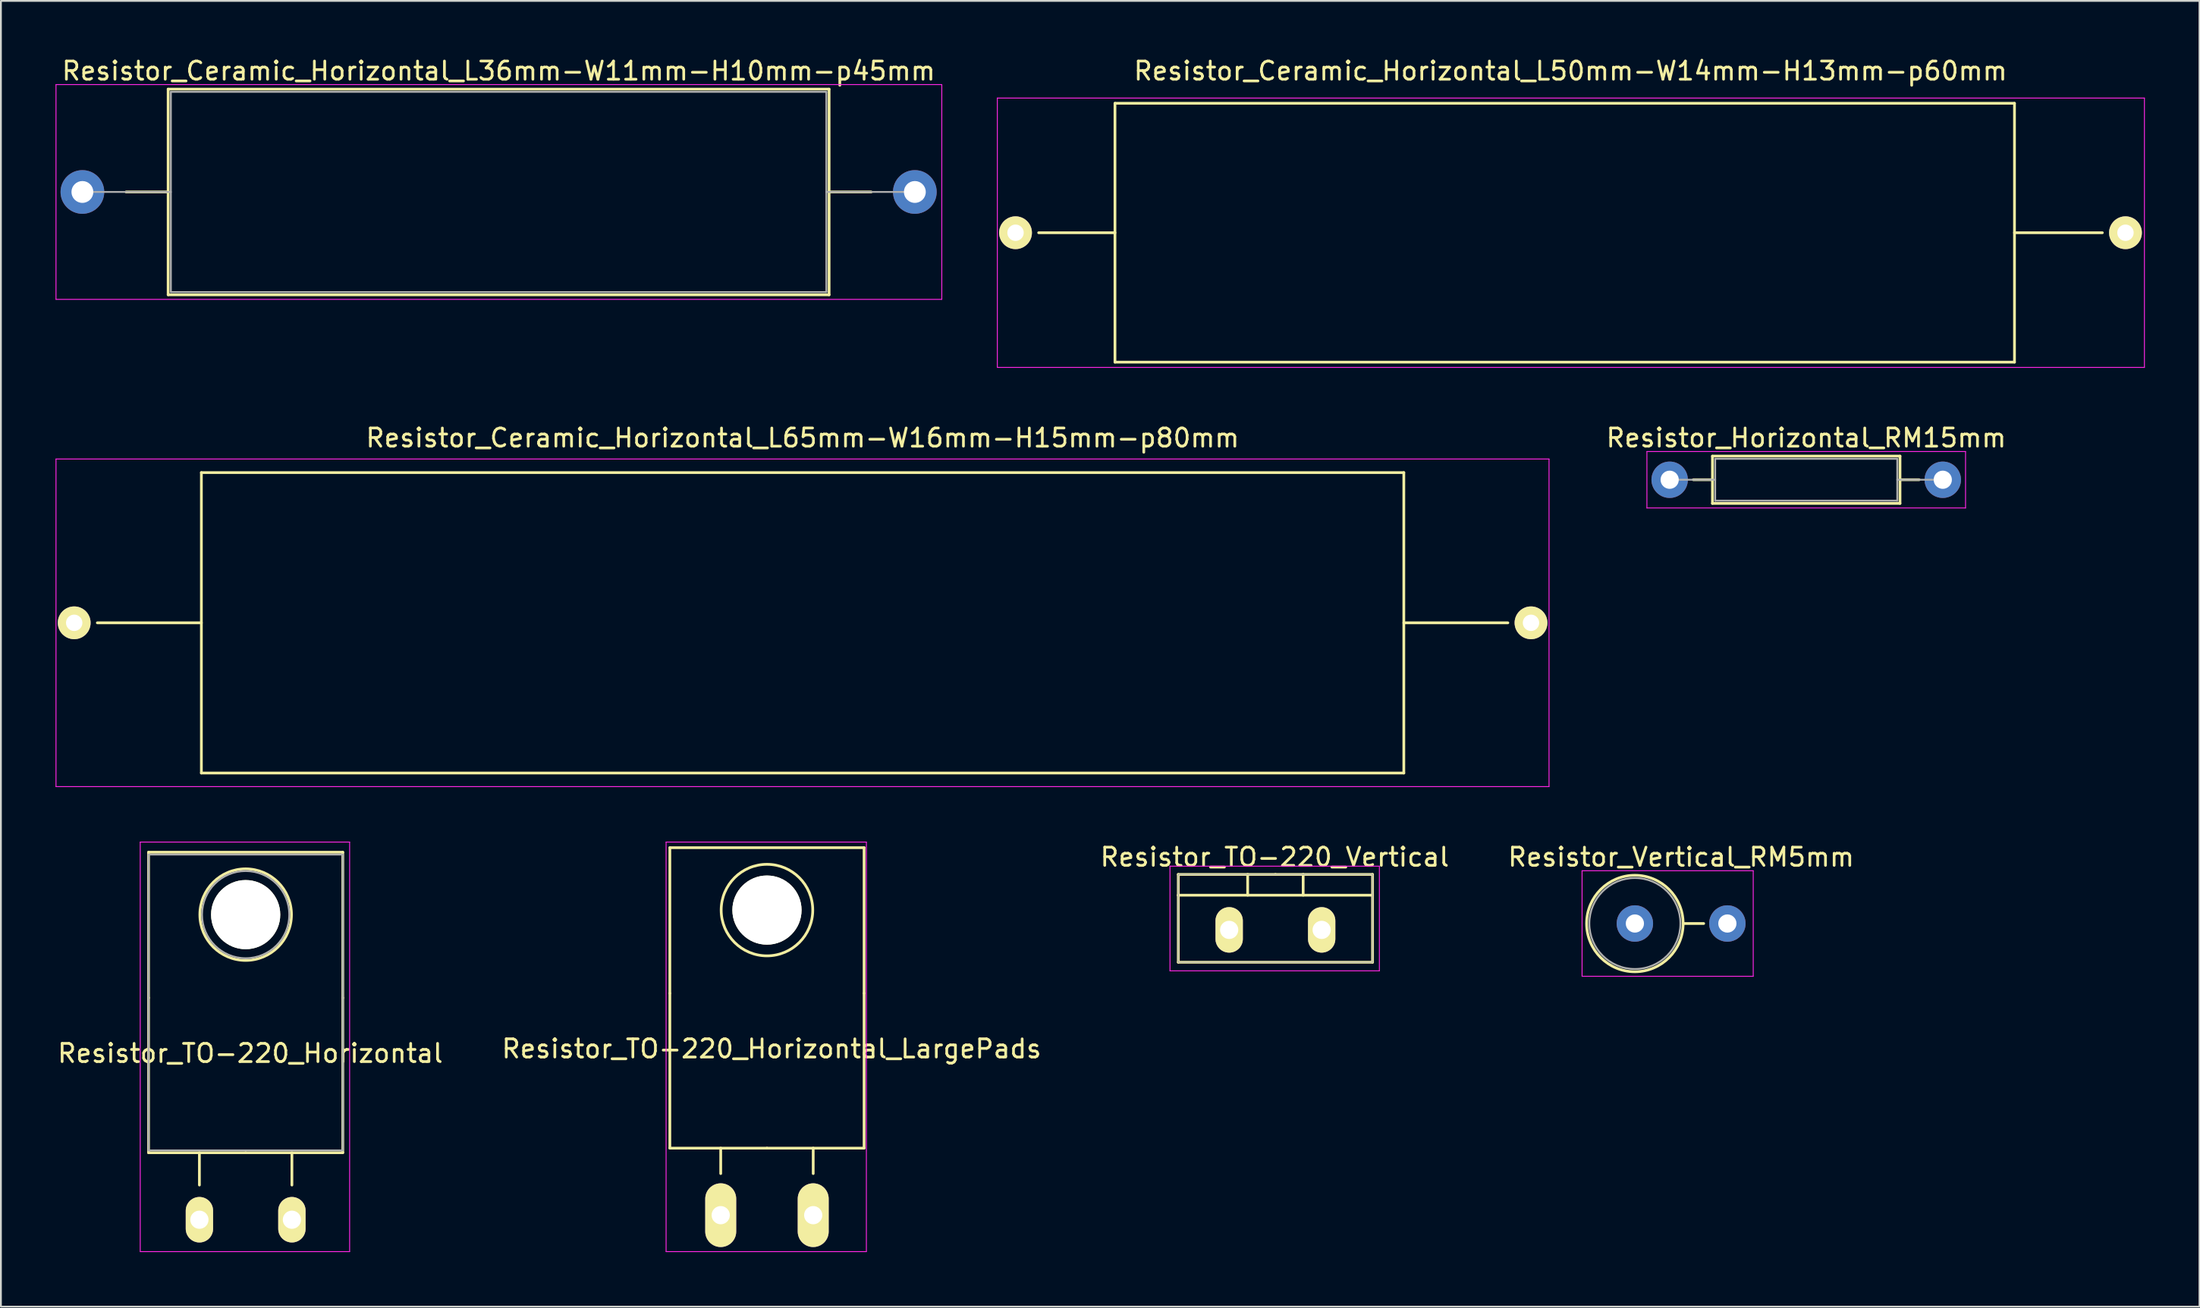
<source format=kicad_pcb>
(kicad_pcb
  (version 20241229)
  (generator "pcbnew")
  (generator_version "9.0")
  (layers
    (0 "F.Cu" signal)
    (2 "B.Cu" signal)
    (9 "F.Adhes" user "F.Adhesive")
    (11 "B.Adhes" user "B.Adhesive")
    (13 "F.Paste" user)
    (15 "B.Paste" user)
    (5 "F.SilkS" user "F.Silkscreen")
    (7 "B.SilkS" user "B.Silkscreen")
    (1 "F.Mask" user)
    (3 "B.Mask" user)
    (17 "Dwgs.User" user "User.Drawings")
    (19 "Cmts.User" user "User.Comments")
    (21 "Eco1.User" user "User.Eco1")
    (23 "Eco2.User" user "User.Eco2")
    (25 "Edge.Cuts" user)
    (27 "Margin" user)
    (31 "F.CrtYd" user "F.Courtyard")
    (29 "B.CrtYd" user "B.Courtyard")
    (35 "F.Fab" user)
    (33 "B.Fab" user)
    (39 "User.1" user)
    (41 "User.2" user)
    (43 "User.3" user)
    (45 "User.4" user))
  (footprint "Resistor_Ceramic_Horizontal_L65mm-W16mm-H15mm-p80mm"
    (layer "F.Cu")
    (at 1.025 31.172)
    (property "Reference" "Resistor_Ceramic_Horizontal_L65mm-W16mm-H15mm-p80mm" (at 40.005 -10.16 0) (layer "F.SilkS") (effects (font (size 1 1) (thickness 0.15))))
    (attr through_hole)
    (fp_line (start 6.985 -8.255) (end 6.985 8.255) (stroke (width 0.15) (type solid)) (layer "F.SilkS"))
    (fp_line (start 6.985 0) (end 1.27 0) (stroke (width 0.15) (type solid)) (layer "F.SilkS"))
    (fp_line (start 6.985 8.255) (end 73.025 8.255) (stroke (width 0.15) (type solid)) (layer "F.SilkS"))
    (fp_line (start 73.025 -8.255) (end 6.985 -8.255) (stroke (width 0.15) (type solid)) (layer "F.SilkS"))
    (fp_line (start 73.025 0) (end 78.74 0) (stroke (width 0.15) (type solid)) (layer "F.SilkS"))
    (fp_line (start 73.025 8.255) (end 73.025 -8.255) (stroke (width 0.15) (type solid)) (layer "F.SilkS"))
    (fp_line (start -1 -9) (end 81 -9) (stroke (width 0.05) (type solid)) (layer "F.CrtYd"))
    (fp_line (start -1 9) (end -1 -9) (stroke (width 0.05) (type solid)) (layer "F.CrtYd"))
    (fp_line (start 81 -9) (end 81 9) (stroke (width 0.05) (type solid)) (layer "F.CrtYd"))
    (fp_line (start 81 9) (end -1 9) (stroke (width 0.05) (type solid)) (layer "F.CrtYd"))
    (pad "1" thru_hole circle (at 0 0 180) (size 1.8 1.8) (drill 0.9) (layers "*.Cu" "*.Mask" "F.SilkS"))
    (pad "2" thru_hole circle (at 80.01 0 180) (size 1.8 1.8) (drill 0.9) (layers "*.Cu" "*.Mask" "F.SilkS")))
  (footprint "Resistor_TO-220_Horizontal"
    (layer "F.Cu")
    (at 7.902 63.971)
    (property "Reference" "Resistor_TO-220_Horizontal" (at 2.794 -9.144 0) (layer "F.SilkS") (effects (font (size 1 1) (thickness 0.15))))
    (attr through_hole)
    (fp_line (start -2.794 -20.193) (end -2.794 -12.192) (stroke (width 0.15) (type solid)) (layer "F.SilkS"))
    (fp_line (start -2.794 -12.192) (end -2.794 -3.683) (stroke (width 0.15) (type solid)) (layer "F.SilkS"))
    (fp_line (start 0 -3.683) (end 0 -1.905) (stroke (width 0.15) (type solid)) (layer "F.SilkS"))
    (fp_line (start 2.54 -3.683) (end -2.794 -3.683) (stroke (width 0.15) (type solid)) (layer "F.SilkS"))
    (fp_line (start 2.54 -3.683) (end 7.874 -3.683) (stroke (width 0.15) (type solid)) (layer "F.SilkS"))
    (fp_line (start 5.08 -3.683) (end 5.08 -1.905) (stroke (width 0.15) (type solid)) (layer "F.SilkS"))
    (fp_line (start 7.874 -20.193) (end -2.794 -20.193) (stroke (width 0.15) (type solid)) (layer "F.SilkS"))
    (fp_line (start 7.874 -12.192) (end 7.874 -20.193) (stroke (width 0.15) (type solid)) (layer "F.SilkS"))
    (fp_line (start 7.874 -3.683) (end 7.874 -12.192) (stroke (width 0.15) (type solid)) (layer "F.SilkS"))
    (fp_circle (center 2.54 -16.764) (end 4.318 -14.986) (stroke (width 0.15) (type solid)) (fill no) (layer "F.SilkS"))
    (fp_line (start -3.25 -20.75) (end 8.25 -20.75) (stroke (width 0.05) (type solid)) (layer "F.CrtYd"))
    (fp_line (start -3.25 1.75) (end -3.25 -20.75) (stroke (width 0.05) (type solid)) (layer "F.CrtYd"))
    (fp_line (start 8.25 -20.75) (end 8.25 1.75) (stroke (width 0.05) (type solid)) (layer "F.CrtYd"))
    (fp_line (start 8.25 1.75) (end -3.25 1.75) (stroke (width 0.05) (type solid)) (layer "F.CrtYd"))
    (fp_line (start -2.794 -20.066) (end 7.874 -20.066) (stroke (width 0.1) (type solid)) (layer "F.Fab"))
    (fp_line (start -2.794 -3.81) (end -2.794 -20.066) (stroke (width 0.1) (type solid)) (layer "F.Fab"))
    (fp_line (start 7.874 -20.066) (end 7.874 -3.81) (stroke (width 0.1) (type solid)) (layer "F.Fab"))
    (fp_line (start 7.874 -3.81) (end -2.794 -3.81) (stroke (width 0.1) (type solid)) (layer "F.Fab"))
    (fp_circle (center 2.54 -16.764) (end 4.572 -15.494) (stroke (width 0.1) (type solid)) (fill no) (layer "F.Fab"))
    (pad "" np_thru_hole circle (at 2.54 -16.764 90) (size 3.8 3.8) (drill 3.8) (layers "*.Cu" "*.Mask" "F.SilkS"))
    (pad "1" thru_hole oval (at 0 0 90) (size 2.499 1.501) (drill 1.001) (layers "*.Cu" "*.Mask" "F.SilkS"))
    (pad "2" thru_hole oval (at 5.08 0 90) (size 2.499 1.501) (drill 1.001) (layers "*.Cu" "*.Mask" "F.SilkS")))
  (footprint "Resistor_TO-220_Horizontal_LargePads"
    (layer "F.Cu")
    (at 36.533 63.721)
    (property "Reference" "Resistor_TO-220_Horizontal_LargePads" (at 2.794 -9.144 0) (layer "F.SilkS") (effects (font (size 1 1) (thickness 0.15))))
    (attr through_hole)
    (fp_line (start -2.794 -20.193) (end -2.794 -12.192) (stroke (width 0.15) (type solid)) (layer "F.SilkS"))
    (fp_line (start -2.794 -12.192) (end -2.794 -3.683) (stroke (width 0.15) (type solid)) (layer "F.SilkS"))
    (fp_line (start 0 -3.683) (end 0 -2.286) (stroke (width 0.15) (type solid)) (layer "F.SilkS"))
    (fp_line (start 2.54 -3.683) (end -2.794 -3.683) (stroke (width 0.15) (type solid)) (layer "F.SilkS"))
    (fp_line (start 2.54 -3.683) (end 7.874 -3.683) (stroke (width 0.15) (type solid)) (layer "F.SilkS"))
    (fp_line (start 5.08 -3.683) (end 5.08 -2.286) (stroke (width 0.15) (type solid)) (layer "F.SilkS"))
    (fp_line (start 7.874 -20.193) (end -2.794 -20.193) (stroke (width 0.15) (type solid)) (layer "F.SilkS"))
    (fp_line (start 7.874 -12.192) (end 7.874 -20.193) (stroke (width 0.15) (type solid)) (layer "F.SilkS"))
    (fp_line (start 7.874 -3.683) (end 7.874 -12.192) (stroke (width 0.15) (type solid)) (layer "F.SilkS"))
    (fp_circle (center 2.54 -16.764) (end 4.318 -14.986) (stroke (width 0.15) (type solid)) (fill no) (layer "F.SilkS"))
    (fp_line (start -3 -20.5) (end 8 -20.5) (stroke (width 0.05) (type solid)) (layer "F.CrtYd"))
    (fp_line (start -3 2) (end -3 -20.5) (stroke (width 0.05) (type solid)) (layer "F.CrtYd"))
    (fp_line (start 8 -20.5) (end 8 2) (stroke (width 0.05) (type solid)) (layer "F.CrtYd"))
    (fp_line (start 8 2) (end -3 2) (stroke (width 0.05) (type solid)) (layer "F.CrtYd"))
    (pad "" np_thru_hole circle (at 2.54 -16.764 90) (size 3.8 3.8) (drill 3.8) (layers "*.Cu" "*.Mask" "F.SilkS"))
    (pad "1" thru_hole oval (at 0 0 90) (size 3.5 1.699) (drill 1.001) (layers "*.Cu" "*.Mask" "F.SilkS"))
    (pad "2" thru_hole oval (at 5.08 0 90) (size 3.5 1.699) (drill 1.001) (layers "*.Cu" "*.Mask" "F.SilkS")))
  (footprint "Resistor_Ceramic_Horizontal_L50mm-W14mm-H13mm-p60mm"
    (layer "F.Cu")
    (at 52.725 9.738)
    (property "Reference" "Resistor_Ceramic_Horizontal_L50mm-W14mm-H13mm-p60mm" (at 30.48 -8.89 0) (layer "F.SilkS") (effects (font (size 1 1) (thickness 0.15))))
    (attr through_hole)
    (fp_line (start 5.461 -7.112) (end 5.461 7.112) (stroke (width 0.15) (type solid)) (layer "F.SilkS"))
    (fp_line (start 5.461 0) (end 1.27 0) (stroke (width 0.15) (type solid)) (layer "F.SilkS"))
    (fp_line (start 5.461 7.112) (end 54.864 7.112) (stroke (width 0.15) (type solid)) (layer "F.SilkS"))
    (fp_line (start 54.864 -7.112) (end 5.461 -7.112) (stroke (width 0.15) (type solid)) (layer "F.SilkS"))
    (fp_line (start 54.864 0) (end 59.69 0) (stroke (width 0.15) (type solid)) (layer "F.SilkS"))
    (fp_line (start 54.864 7.112) (end 54.864 -7.112) (stroke (width 0.15) (type solid)) (layer "F.SilkS"))
    (fp_line (start -1 -7.4) (end -1 7.4) (stroke (width 0.05) (type solid)) (layer "F.CrtYd"))
    (fp_line (start -1 7.4) (end 62 7.4) (stroke (width 0.05) (type solid)) (layer "F.CrtYd"))
    (fp_line (start 62 -7.4) (end -1 -7.4) (stroke (width 0.05) (type solid)) (layer "F.CrtYd"))
    (fp_line (start 62 7.4) (end 62 -7.4) (stroke (width 0.05) (type solid)) (layer "F.CrtYd"))
    (pad "1" thru_hole circle (at 0 0 180) (size 1.8 1.8) (drill 0.9) (layers "*.Cu" "*.Mask" "F.SilkS"))
    (pad "2" thru_hole circle (at 60.96 0 180) (size 1.8 1.8) (drill 0.9) (layers "*.Cu" "*.Mask" "F.SilkS")))
  (footprint "Resistor_Horizontal_RM15mm"
    (layer "F.Cu")
    (at 88.651 23.311)
    (property "Reference" "Resistor_Horizontal_RM15mm" (at 7.5 -2.3 0) (layer "F.SilkS") (effects (font (size 1 1) (thickness 0.15))))
    (attr through_hole)
    (fp_line (start 1.3 0) (end 2.35 0) (stroke (width 0.15) (type solid)) (layer "F.SilkS"))
    (fp_line (start 2.35 -1.3) (end 2.35 1.3) (stroke (width 0.15) (type solid)) (layer "F.SilkS"))
    (fp_line (start 2.35 1.3) (end 12.65 1.3) (stroke (width 0.15) (type solid)) (layer "F.SilkS"))
    (fp_line (start 12.65 -1.3) (end 2.35 -1.3) (stroke (width 0.15) (type solid)) (layer "F.SilkS"))
    (fp_line (start 12.65 1.3) (end 12.65 -1.3) (stroke (width 0.15) (type solid)) (layer "F.SilkS"))
    (fp_line (start 13.7 0) (end 12.65 0) (stroke (width 0.15) (type solid)) (layer "F.SilkS"))
    (fp_line (start -1.25 -1.55) (end -1.25 1.55) (stroke (width 0.05) (type solid)) (layer "F.CrtYd"))
    (fp_line (start -1.25 1.55) (end 16.25 1.55) (stroke (width 0.05) (type solid)) (layer "F.CrtYd"))
    (fp_line (start 16.25 -1.55) (end -1.25 -1.55) (stroke (width 0.05) (type solid)) (layer "F.CrtYd"))
    (fp_line (start 16.25 1.55) (end 16.25 -1.55) (stroke (width 0.05) (type solid)) (layer "F.CrtYd"))
    (fp_line (start 0 0) (end 2.5 0) (stroke (width 0.1) (type solid)) (layer "F.Fab"))
    (fp_line (start 2.5 -1.15) (end 2.5 1.15) (stroke (width 0.1) (type solid)) (layer "F.Fab"))
    (fp_line (start 2.5 1.15) (end 12.5 1.15) (stroke (width 0.1) (type solid)) (layer "F.Fab"))
    (fp_line (start 12.5 -1.15) (end 2.5 -1.15) (stroke (width 0.1) (type solid)) (layer "F.Fab"))
    (fp_line (start 12.5 1.15) (end 12.5 -1.15) (stroke (width 0.1) (type solid)) (layer "F.Fab"))
    (fp_line (start 15 0) (end 12.5 0) (stroke (width 0.1) (type solid)) (layer "F.Fab"))
    (pad "1" thru_hole oval (at 0 0) (size 2 2) (drill 1) (layers "*.Cu" "*.Mask"))
    (pad "2" thru_hole oval (at 15 0) (size 2 2) (drill 1) (layers "*.Cu" "*.Mask")))
  (footprint "Resistor_Ceramic_Horizontal_L36mm-W11mm-H10mm-p45mm"
    (layer "F.Cu")
    (at 1.475 7.498)
    (property "Reference" "Resistor_Ceramic_Horizontal_L36mm-W11mm-H10mm-p45mm" (at 22.86 -6.65 0) (layer "F.SilkS") (effects (font (size 1 1) (thickness 0.15))))
    (attr through_hole)
    (fp_line (start 2.4 0) (end 4.71 0) (stroke (width 0.15) (type solid)) (layer "F.SilkS"))
    (fp_line (start 4.71 -5.65) (end 4.71 5.65) (stroke (width 0.15) (type solid)) (layer "F.SilkS"))
    (fp_line (start 4.71 5.65) (end 41.01 5.65) (stroke (width 0.15) (type solid)) (layer "F.SilkS"))
    (fp_line (start 41.01 -5.65) (end 4.71 -5.65) (stroke (width 0.15) (type solid)) (layer "F.SilkS"))
    (fp_line (start 41.01 5.65) (end 41.01 -5.65) (stroke (width 0.15) (type solid)) (layer "F.SilkS"))
    (fp_line (start 43.32 0) (end 41.01 0) (stroke (width 0.15) (type solid)) (layer "F.SilkS"))
    (fp_line (start -1.45 -5.9) (end -1.45 5.9) (stroke (width 0.05) (type solid)) (layer "F.CrtYd"))
    (fp_line (start -1.45 5.9) (end 47.2 5.9) (stroke (width 0.05) (type solid)) (layer "F.CrtYd"))
    (fp_line (start 47.2 -5.9) (end -1.45 -5.9) (stroke (width 0.05) (type solid)) (layer "F.CrtYd"))
    (fp_line (start 47.2 5.9) (end 47.2 -5.9) (stroke (width 0.05) (type solid)) (layer "F.CrtYd"))
    (fp_line (start 0 0) (end 4.86 0) (stroke (width 0.1) (type solid)) (layer "F.Fab"))
    (fp_line (start 4.86 -5.5) (end 4.86 5.5) (stroke (width 0.1) (type solid)) (layer "F.Fab"))
    (fp_line (start 4.86 5.5) (end 40.86 5.5) (stroke (width 0.1) (type solid)) (layer "F.Fab"))
    (fp_line (start 40.86 -5.5) (end 4.86 -5.5) (stroke (width 0.1) (type solid)) (layer "F.Fab"))
    (fp_line (start 40.86 5.5) (end 40.86 -5.5) (stroke (width 0.1) (type solid)) (layer "F.Fab"))
    (fp_line (start 45.72 0) (end 40.86 0) (stroke (width 0.1) (type solid)) (layer "F.Fab"))
    (pad "1" thru_hole oval (at 0 0) (size 2.4 2.4) (drill 1.2) (layers "*.Cu" "*.Mask"))
    (pad "2" thru_hole oval (at 45.72 0) (size 2.4 2.4) (drill 1.2) (layers "*.Cu" "*.Mask")))
  (footprint "Resistor_Vertical_RM5mm"
    (layer "F.Cu")
    (at 86.74 47.695)
    (property "Reference" "Resistor_Vertical_RM5mm" (at 2.54 -3.65 0) (layer "F.SilkS") (effects (font (size 1 1) (thickness 0.15))))
    (attr through_hole)
    (fp_line (start 2.65 0) (end 3.78 0) (stroke (width 0.15) (type solid)) (layer "F.SilkS"))
    (fp_circle (center 0 0) (end 2.65 0) (stroke (width 0.15) (type solid)) (fill no) (layer "F.SilkS"))
    (fp_line (start -2.9 -2.9) (end -2.9 2.9) (stroke (width 0.05) (type solid)) (layer "F.CrtYd"))
    (fp_line (start -2.9 2.9) (end 6.5 2.9) (stroke (width 0.05) (type solid)) (layer "F.CrtYd"))
    (fp_line (start 6.5 -2.9) (end -2.9 -2.9) (stroke (width 0.05) (type solid)) (layer "F.CrtYd"))
    (fp_line (start 6.5 2.9) (end 6.5 -2.9) (stroke (width 0.05) (type solid)) (layer "F.CrtYd"))
    (fp_circle (center 0 0) (end 2.5 0) (stroke (width 0.1) (type solid)) (fill no) (layer "F.Fab"))
    (pad "1" thru_hole oval (at 0 0) (size 2 2) (drill 1) (layers "*.Cu" "*.Mask"))
    (pad "2" thru_hole oval (at 5.08 0) (size 2 2) (drill 1) (layers "*.Cu" "*.Mask")))
  (footprint "Resistor_TO-220_Vertical"
    (layer "F.Cu")
    (at 64.458 48.045)
    (property "Reference" "Resistor_TO-220_Vertical" (at 2.5 -4 0) (layer "F.SilkS") (effects (font (size 1 1) (thickness 0.15))))
    (attr through_hole)
    (fp_line (start -2.794 -1.905) (end -2.794 -3.048) (stroke (width 0.15) (type solid)) (layer "F.SilkS"))
    (fp_line (start -2.794 1.778) (end -2.794 -1.905) (stroke (width 0.15) (type solid)) (layer "F.SilkS"))
    (fp_line (start 1.016 -3.048) (end 1.016 -1.905) (stroke (width 0.15) (type solid)) (layer "F.SilkS"))
    (fp_line (start 2.54 -3.048) (end -2.794 -3.048) (stroke (width 0.15) (type solid)) (layer "F.SilkS"))
    (fp_line (start 2.54 -3.048) (end 7.874 -3.048) (stroke (width 0.15) (type solid)) (layer "F.SilkS"))
    (fp_line (start 4.064 -3.048) (end 4.064 -1.905) (stroke (width 0.15) (type solid)) (layer "F.SilkS"))
    (fp_line (start 7.874 -3.048) (end 7.874 -1.905) (stroke (width 0.15) (type solid)) (layer "F.SilkS"))
    (fp_line (start 7.874 -1.905) (end -2.794 -1.905) (stroke (width 0.15) (type solid)) (layer "F.SilkS"))
    (fp_line (start 7.874 -1.905) (end 7.874 1.778) (stroke (width 0.15) (type solid)) (layer "F.SilkS"))
    (fp_line (start 7.874 1.778) (end -2.794 1.778) (stroke (width 0.15) (type solid)) (layer "F.SilkS"))
    (fp_line (start -3.25 -3.5) (end 8.25 -3.5) (stroke (width 0.05) (type solid)) (layer "F.CrtYd"))
    (fp_line (start -3.25 2.25) (end -3.25 -3.5) (stroke (width 0.05) (type solid)) (layer "F.CrtYd"))
    (fp_line (start 8.25 -3.5) (end 8.25 2.25) (stroke (width 0.05) (type solid)) (layer "F.CrtYd"))
    (fp_line (start 8.25 2.25) (end -3.25 2.25) (stroke (width 0.05) (type solid)) (layer "F.CrtYd"))
    (fp_line (start -2.794 -3.048) (end 7.874 -3.048) (stroke (width 0.05) (type solid)) (layer "F.Fab"))
    (fp_line (start -2.794 1.778) (end -2.794 -3.048) (stroke (width 0.05) (type solid)) (layer "F.Fab"))
    (fp_line (start 7.874 -3.048) (end 7.874 1.778) (stroke (width 0.05) (type solid)) (layer "F.Fab"))
    (fp_line (start 7.874 1.778) (end -2.794 1.778) (stroke (width 0.05) (type solid)) (layer "F.Fab"))
    (pad "1" thru_hole oval (at 0 0 90) (size 2.499 1.501) (drill 1.001) (layers "*.Cu" "*.Mask" "F.SilkS"))
    (pad "2" thru_hole oval (at 5.08 0 90) (size 2.499 1.501) (drill 1.001) (layers "*.Cu" "*.Mask" "F.SilkS")))
  (gr_rect
    (start -3 -3)
    (end 117.75 68.746)
    (stroke (width 0.1) (type default))
    (fill no)
    (layer "Edge.Cuts")))
</source>
